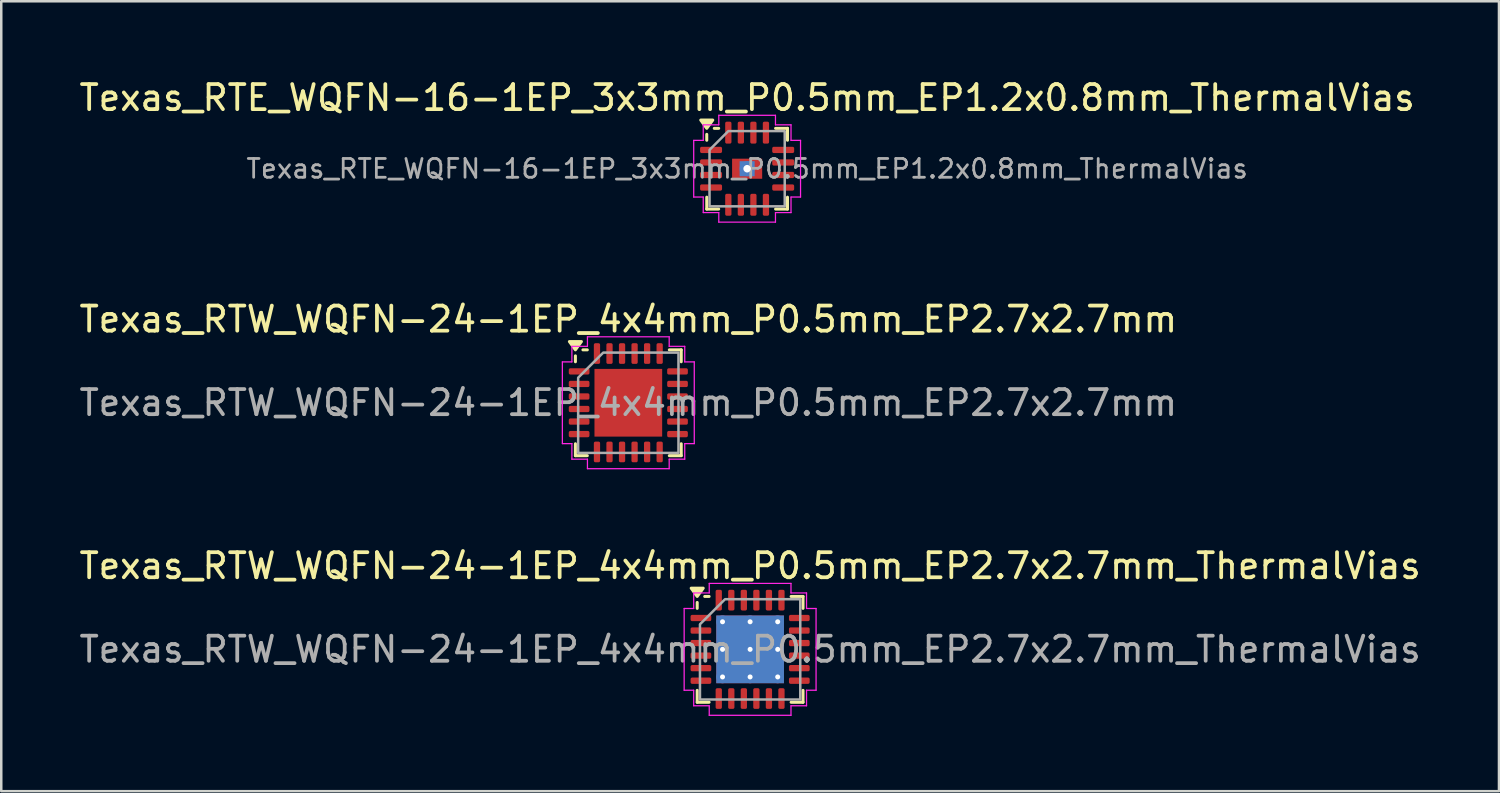
<source format=kicad_pcb>
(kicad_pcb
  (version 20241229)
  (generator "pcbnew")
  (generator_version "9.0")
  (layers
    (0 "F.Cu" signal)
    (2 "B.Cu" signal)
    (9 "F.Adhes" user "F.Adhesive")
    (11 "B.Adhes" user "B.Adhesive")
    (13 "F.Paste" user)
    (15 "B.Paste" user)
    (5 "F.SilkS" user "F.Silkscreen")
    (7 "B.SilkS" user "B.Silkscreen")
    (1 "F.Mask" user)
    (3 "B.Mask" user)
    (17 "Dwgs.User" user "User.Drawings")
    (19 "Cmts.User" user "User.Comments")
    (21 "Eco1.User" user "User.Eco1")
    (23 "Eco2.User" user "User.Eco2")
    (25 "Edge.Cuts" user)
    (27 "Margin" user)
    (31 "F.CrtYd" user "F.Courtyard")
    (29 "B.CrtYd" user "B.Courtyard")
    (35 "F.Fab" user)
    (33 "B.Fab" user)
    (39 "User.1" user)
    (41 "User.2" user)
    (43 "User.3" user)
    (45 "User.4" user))
  (footprint "Texas_RTW_WQFN-24-1EP_4x4mm_P0.5mm_EP2.7x2.7mm_ThermalVias"
    (layer "F.Cu")
    (at 26.863 22.845)
    (property "Reference" "Texas_RTW_WQFN-24-1EP_4x4mm_P0.5mm_EP2.7x2.7mm_ThermalVias" (at 0 -3.33 0) (layer "F.SilkS") (effects (font (size 1 1) (thickness 0.15))))
    (attr smd)
    (fp_line (start -2.11 -1.635) (end -2.11 -1.87) (stroke (width 0.12) (type solid)) (layer "F.SilkS"))
    (fp_line (start -2.11 2.11) (end -2.11 1.635) (stroke (width 0.12) (type solid)) (layer "F.SilkS"))
    (fp_line (start -1.635 -2.11) (end -1.81 -2.11) (stroke (width 0.12) (type solid)) (layer "F.SilkS"))
    (fp_line (start -1.635 2.11) (end -2.11 2.11) (stroke (width 0.12) (type solid)) (layer "F.SilkS"))
    (fp_line (start 1.635 -2.11) (end 2.11 -2.11) (stroke (width 0.12) (type solid)) (layer "F.SilkS"))
    (fp_line (start 1.635 2.11) (end 2.11 2.11) (stroke (width 0.12) (type solid)) (layer "F.SilkS"))
    (fp_line (start 2.11 -2.11) (end 2.11 -1.635) (stroke (width 0.12) (type solid)) (layer "F.SilkS"))
    (fp_line (start 2.11 2.11) (end 2.11 1.635) (stroke (width 0.12) (type solid)) (layer "F.SilkS"))
    (fp_poly (pts (xy -2.11 -2.11) (xy -2.35 -2.44) (xy -1.87 -2.44)) (stroke (width 0.12) (type solid)) (fill yes) (layer "F.SilkS"))
    (fp_line (start -2.63 -1.63) (end -2.25 -1.63) (stroke (width 0.05) (type solid)) (layer "F.CrtYd"))
    (fp_line (start -2.63 1.63) (end -2.63 -1.63) (stroke (width 0.05) (type solid)) (layer "F.CrtYd"))
    (fp_line (start -2.25 -2.25) (end -1.63 -2.25) (stroke (width 0.05) (type solid)) (layer "F.CrtYd"))
    (fp_line (start -2.25 -1.63) (end -2.25 -2.25) (stroke (width 0.05) (type solid)) (layer "F.CrtYd"))
    (fp_line (start -2.25 1.63) (end -2.63 1.63) (stroke (width 0.05) (type solid)) (layer "F.CrtYd"))
    (fp_line (start -2.25 2.25) (end -2.25 1.63) (stroke (width 0.05) (type solid)) (layer "F.CrtYd"))
    (fp_line (start -1.63 -2.63) (end 1.63 -2.63) (stroke (width 0.05) (type solid)) (layer "F.CrtYd"))
    (fp_line (start -1.63 -2.25) (end -1.63 -2.63) (stroke (width 0.05) (type solid)) (layer "F.CrtYd"))
    (fp_line (start -1.63 2.25) (end -2.25 2.25) (stroke (width 0.05) (type solid)) (layer "F.CrtYd"))
    (fp_line (start -1.63 2.63) (end -1.63 2.25) (stroke (width 0.05) (type solid)) (layer "F.CrtYd"))
    (fp_line (start 1.63 -2.63) (end 1.63 -2.25) (stroke (width 0.05) (type solid)) (layer "F.CrtYd"))
    (fp_line (start 1.63 -2.25) (end 2.25 -2.25) (stroke (width 0.05) (type solid)) (layer "F.CrtYd"))
    (fp_line (start 1.63 2.25) (end 1.63 2.63) (stroke (width 0.05) (type solid)) (layer "F.CrtYd"))
    (fp_line (start 1.63 2.63) (end -1.63 2.63) (stroke (width 0.05) (type solid)) (layer "F.CrtYd"))
    (fp_line (start 2.25 -2.25) (end 2.25 -1.63) (stroke (width 0.05) (type solid)) (layer "F.CrtYd"))
    (fp_line (start 2.25 -1.63) (end 2.63 -1.63) (stroke (width 0.05) (type solid)) (layer "F.CrtYd"))
    (fp_line (start 2.25 1.63) (end 2.25 2.25) (stroke (width 0.05) (type solid)) (layer "F.CrtYd"))
    (fp_line (start 2.25 2.25) (end 1.63 2.25) (stroke (width 0.05) (type solid)) (layer "F.CrtYd"))
    (fp_line (start 2.63 -1.63) (end 2.63 1.63) (stroke (width 0.05) (type solid)) (layer "F.CrtYd"))
    (fp_line (start 2.63 1.63) (end 2.25 1.63) (stroke (width 0.05) (type solid)) (layer "F.CrtYd"))
    (fp_poly (pts (xy -2 -1) (xy -2 2) (xy 2 2) (xy 2 -2) (xy -1 -2)) (stroke (width 0.1) (type solid)) (fill no) (layer "F.Fab"))
    (fp_text user "${REFERENCE}" (at 0 0 0) (layer "F.Fab") (effects (font (size 1 1) (thickness 0.15))))
    (pad "" smd roundrect (at -0.675 -0.675) (size 1.13 1.13) (layers "F.Paste") (roundrect_rratio 0.221))
    (pad "" smd roundrect (at -0.675 0.675) (size 1.13 1.13) (layers "F.Paste") (roundrect_rratio 0.221))
    (pad "" smd roundrect (at 0.675 -0.675) (size 1.13 1.13) (layers "F.Paste") (roundrect_rratio 0.221))
    (pad "" smd roundrect (at 0.675 0.675) (size 1.13 1.13) (layers "F.Paste") (roundrect_rratio 0.221))
    (pad "1" smd roundrect (at -1.962 -1.25) (size 0.825 0.25) (layers "F.Cu" "F.Mask" "F.Paste") (roundrect_rratio 0.25))
    (pad "2" smd roundrect (at -1.962 -0.75) (size 0.825 0.25) (layers "F.Cu" "F.Mask" "F.Paste") (roundrect_rratio 0.25))
    (pad "3" smd roundrect (at -1.962 -0.25) (size 0.825 0.25) (layers "F.Cu" "F.Mask" "F.Paste") (roundrect_rratio 0.25))
    (pad "4" smd roundrect (at -1.962 0.25) (size 0.825 0.25) (layers "F.Cu" "F.Mask" "F.Paste") (roundrect_rratio 0.25))
    (pad "5" smd roundrect (at -1.962 0.75) (size 0.825 0.25) (layers "F.Cu" "F.Mask" "F.Paste") (roundrect_rratio 0.25))
    (pad "6" smd roundrect (at -1.962 1.25) (size 0.825 0.25) (layers "F.Cu" "F.Mask" "F.Paste") (roundrect_rratio 0.25))
    (pad "7" smd roundrect (at -1.25 1.962) (size 0.25 0.825) (layers "F.Cu" "F.Mask" "F.Paste") (roundrect_rratio 0.25))
    (pad "8" smd roundrect (at -0.75 1.962) (size 0.25 0.825) (layers "F.Cu" "F.Mask" "F.Paste") (roundrect_rratio 0.25))
    (pad "9" smd roundrect (at -0.25 1.962) (size 0.25 0.825) (layers "F.Cu" "F.Mask" "F.Paste") (roundrect_rratio 0.25))
    (pad "10" smd roundrect (at 0.25 1.962) (size 0.25 0.825) (layers "F.Cu" "F.Mask" "F.Paste") (roundrect_rratio 0.25))
    (pad "11" smd roundrect (at 0.75 1.962) (size 0.25 0.825) (layers "F.Cu" "F.Mask" "F.Paste") (roundrect_rratio 0.25))
    (pad "12" smd roundrect (at 1.25 1.962) (size 0.25 0.825) (layers "F.Cu" "F.Mask" "F.Paste") (roundrect_rratio 0.25))
    (pad "13" smd roundrect (at 1.962 1.25) (size 0.825 0.25) (layers "F.Cu" "F.Mask" "F.Paste") (roundrect_rratio 0.25))
    (pad "14" smd roundrect (at 1.962 0.75) (size 0.825 0.25) (layers "F.Cu" "F.Mask" "F.Paste") (roundrect_rratio 0.25))
    (pad "15" smd roundrect (at 1.962 0.25) (size 0.825 0.25) (layers "F.Cu" "F.Mask" "F.Paste") (roundrect_rratio 0.25))
    (pad "16" smd roundrect (at 1.962 -0.25) (size 0.825 0.25) (layers "F.Cu" "F.Mask" "F.Paste") (roundrect_rratio 0.25))
    (pad "17" smd roundrect (at 1.962 -0.75) (size 0.825 0.25) (layers "F.Cu" "F.Mask" "F.Paste") (roundrect_rratio 0.25))
    (pad "18" smd roundrect (at 1.962 -1.25) (size 0.825 0.25) (layers "F.Cu" "F.Mask" "F.Paste") (roundrect_rratio 0.25))
    (pad "19" smd roundrect (at 1.25 -1.962) (size 0.25 0.825) (layers "F.Cu" "F.Mask" "F.Paste") (roundrect_rratio 0.25))
    (pad "20" smd roundrect (at 0.75 -1.962) (size 0.25 0.825) (layers "F.Cu" "F.Mask" "F.Paste") (roundrect_rratio 0.25))
    (pad "21" smd roundrect (at 0.25 -1.962) (size 0.25 0.825) (layers "F.Cu" "F.Mask" "F.Paste") (roundrect_rratio 0.25))
    (pad "22" smd roundrect (at -0.25 -1.962) (size 0.25 0.825) (layers "F.Cu" "F.Mask" "F.Paste") (roundrect_rratio 0.25))
    (pad "23" smd roundrect (at -0.75 -1.962) (size 0.25 0.825) (layers "F.Cu" "F.Mask" "F.Paste") (roundrect_rratio 0.25))
    (pad "24" smd roundrect (at -1.25 -1.962) (size 0.25 0.825) (layers "F.Cu" "F.Mask" "F.Paste") (roundrect_rratio 0.25))
    (pad "25" thru_hole circle (at -1.1 -1.1) (size 0.5 0.5) (drill 0.2) (property pad_prop_heatsink) (layers "*.Cu"))
    (pad "25" thru_hole circle (at -1.1 0) (size 0.5 0.5) (drill 0.2) (property pad_prop_heatsink) (layers "*.Cu"))
    (pad "25" thru_hole circle (at -1.1 1.1) (size 0.5 0.5) (drill 0.2) (property pad_prop_heatsink) (layers "*.Cu"))
    (pad "25" thru_hole circle (at 0 -1.1) (size 0.5 0.5) (drill 0.2) (property pad_prop_heatsink) (layers "*.Cu"))
    (pad "25" thru_hole circle (at 0 0) (size 0.5 0.5) (drill 0.2) (property pad_prop_heatsink) (layers "*.Cu"))
    (pad "25" smd rect (at 0 0) (size 2.7 2.7) (property pad_prop_heatsink) (layers "F.Cu" "F.Mask"))
    (pad "25" smd rect (at 0 0) (size 2.7 2.7) (property pad_prop_heatsink) (layers "B.Cu"))
    (pad "25" thru_hole circle (at 0 1.1) (size 0.5 0.5) (drill 0.2) (property pad_prop_heatsink) (layers "*.Cu"))
    (pad "25" thru_hole circle (at 1.1 -1.1) (size 0.5 0.5) (drill 0.2) (property pad_prop_heatsink) (layers "*.Cu"))
    (pad "25" thru_hole circle (at 1.1 0) (size 0.5 0.5) (drill 0.2) (property pad_prop_heatsink) (layers "*.Cu"))
    (pad "25" thru_hole circle (at 1.1 1.1) (size 0.5 0.5) (drill 0.2) (property pad_prop_heatsink) (layers "*.Cu")))
  (footprint "Texas_RTE_WQFN-16-1EP_3x3mm_P0.5mm_EP1.2x0.8mm_ThermalVias"
    (layer "F.Cu")
    (at 26.744 3.678)
    (property "Reference" "Texas_RTE_WQFN-16-1EP_3x3mm_P0.5mm_EP1.2x0.8mm_ThermalVias" (at 0 -2.83 0) (layer "F.SilkS") (effects (font (size 1 1) (thickness 0.15))))
    (attr smd)
    (fp_line (start -1.61 -1.135) (end -1.61 -1.37) (stroke (width 0.12) (type solid)) (layer "F.SilkS"))
    (fp_line (start -1.61 1.61) (end -1.61 1.135) (stroke (width 0.12) (type solid)) (layer "F.SilkS"))
    (fp_line (start -1.135 -1.61) (end -1.31 -1.61) (stroke (width 0.12) (type solid)) (layer "F.SilkS"))
    (fp_line (start -1.135 1.61) (end -1.61 1.61) (stroke (width 0.12) (type solid)) (layer "F.SilkS"))
    (fp_line (start 1.135 -1.61) (end 1.61 -1.61) (stroke (width 0.12) (type solid)) (layer "F.SilkS"))
    (fp_line (start 1.135 1.61) (end 1.61 1.61) (stroke (width 0.12) (type solid)) (layer "F.SilkS"))
    (fp_line (start 1.61 -1.61) (end 1.61 -1.135) (stroke (width 0.12) (type solid)) (layer "F.SilkS"))
    (fp_line (start 1.61 1.61) (end 1.61 1.135) (stroke (width 0.12) (type solid)) (layer "F.SilkS"))
    (fp_poly (pts (xy -1.61 -1.61) (xy -1.85 -1.94) (xy -1.37 -1.94)) (stroke (width 0.12) (type solid)) (fill yes) (layer "F.SilkS"))
    (fp_line (start -2.13 -1.13) (end -1.75 -1.13) (stroke (width 0.05) (type solid)) (layer "F.CrtYd"))
    (fp_line (start -2.13 1.13) (end -2.13 -1.13) (stroke (width 0.05) (type solid)) (layer "F.CrtYd"))
    (fp_line (start -1.75 -1.75) (end -1.13 -1.75) (stroke (width 0.05) (type solid)) (layer "F.CrtYd"))
    (fp_line (start -1.75 -1.13) (end -1.75 -1.75) (stroke (width 0.05) (type solid)) (layer "F.CrtYd"))
    (fp_line (start -1.75 1.13) (end -2.13 1.13) (stroke (width 0.05) (type solid)) (layer "F.CrtYd"))
    (fp_line (start -1.75 1.75) (end -1.75 1.13) (stroke (width 0.05) (type solid)) (layer "F.CrtYd"))
    (fp_line (start -1.13 -2.13) (end 1.13 -2.13) (stroke (width 0.05) (type solid)) (layer "F.CrtYd"))
    (fp_line (start -1.13 -1.75) (end -1.13 -2.13) (stroke (width 0.05) (type solid)) (layer "F.CrtYd"))
    (fp_line (start -1.13 1.75) (end -1.75 1.75) (stroke (width 0.05) (type solid)) (layer "F.CrtYd"))
    (fp_line (start -1.13 2.13) (end -1.13 1.75) (stroke (width 0.05) (type solid)) (layer "F.CrtYd"))
    (fp_line (start 1.13 -2.13) (end 1.13 -1.75) (stroke (width 0.05) (type solid)) (layer "F.CrtYd"))
    (fp_line (start 1.13 -1.75) (end 1.75 -1.75) (stroke (width 0.05) (type solid)) (layer "F.CrtYd"))
    (fp_line (start 1.13 1.75) (end 1.13 2.13) (stroke (width 0.05) (type solid)) (layer "F.CrtYd"))
    (fp_line (start 1.13 2.13) (end -1.13 2.13) (stroke (width 0.05) (type solid)) (layer "F.CrtYd"))
    (fp_line (start 1.75 -1.75) (end 1.75 -1.13) (stroke (width 0.05) (type solid)) (layer "F.CrtYd"))
    (fp_line (start 1.75 -1.13) (end 2.13 -1.13) (stroke (width 0.05) (type solid)) (layer "F.CrtYd"))
    (fp_line (start 1.75 1.13) (end 1.75 1.75) (stroke (width 0.05) (type solid)) (layer "F.CrtYd"))
    (fp_line (start 1.75 1.75) (end 1.13 1.75) (stroke (width 0.05) (type solid)) (layer "F.CrtYd"))
    (fp_line (start 2.13 -1.13) (end 2.13 1.13) (stroke (width 0.05) (type solid)) (layer "F.CrtYd"))
    (fp_line (start 2.13 1.13) (end 1.75 1.13) (stroke (width 0.05) (type solid)) (layer "F.CrtYd"))
    (fp_poly (pts (xy -1.5 -0.75) (xy -1.5 1.5) (xy 1.5 1.5) (xy 1.5 -1.5) (xy -0.75 -1.5)) (stroke (width 0.1) (type solid)) (fill no) (layer "F.Fab"))
    (fp_text user "${REFERENCE}" (at 0 0 0) (layer "F.Fab") (effects (font (size 0.75 0.75) (thickness 0.11))))
    (pad "" smd roundrect (at -0.3 -0.2) (size 0.5 0.33) (layers "F.Paste") (roundrect_rratio 0.25))
    (pad "" smd roundrect (at -0.3 0.2) (size 0.5 0.33) (layers "F.Paste") (roundrect_rratio 0.25))
    (pad "" smd roundrect (at 0.3 -0.2) (size 0.5 0.33) (layers "F.Paste") (roundrect_rratio 0.25))
    (pad "" smd roundrect (at 0.3 0.2) (size 0.5 0.33) (layers "F.Paste") (roundrect_rratio 0.25))
    (pad "1" smd roundrect (at -1.438 -0.75) (size 0.875 0.25) (layers "F.Cu" "F.Mask" "F.Paste") (roundrect_rratio 0.25))
    (pad "2" smd roundrect (at -1.438 -0.25) (size 0.875 0.25) (layers "F.Cu" "F.Mask" "F.Paste") (roundrect_rratio 0.25))
    (pad "3" smd roundrect (at -1.438 0.25) (size 0.875 0.25) (layers "F.Cu" "F.Mask" "F.Paste") (roundrect_rratio 0.25))
    (pad "4" smd roundrect (at -1.438 0.75) (size 0.875 0.25) (layers "F.Cu" "F.Mask" "F.Paste") (roundrect_rratio 0.25))
    (pad "5" smd roundrect (at -0.75 1.438) (size 0.25 0.875) (layers "F.Cu" "F.Mask" "F.Paste") (roundrect_rratio 0.25))
    (pad "6" smd roundrect (at -0.25 1.438) (size 0.25 0.875) (layers "F.Cu" "F.Mask" "F.Paste") (roundrect_rratio 0.25))
    (pad "7" smd roundrect (at 0.25 1.438) (size 0.25 0.875) (layers "F.Cu" "F.Mask" "F.Paste") (roundrect_rratio 0.25))
    (pad "8" smd roundrect (at 0.75 1.438) (size 0.25 0.875) (layers "F.Cu" "F.Mask" "F.Paste") (roundrect_rratio 0.25))
    (pad "9" smd roundrect (at 1.438 0.75) (size 0.875 0.25) (layers "F.Cu" "F.Mask" "F.Paste") (roundrect_rratio 0.25))
    (pad "10" smd roundrect (at 1.438 0.25) (size 0.875 0.25) (layers "F.Cu" "F.Mask" "F.Paste") (roundrect_rratio 0.25))
    (pad "11" smd roundrect (at 1.438 -0.25) (size 0.875 0.25) (layers "F.Cu" "F.Mask" "F.Paste") (roundrect_rratio 0.25))
    (pad "12" smd roundrect (at 1.438 -0.75) (size 0.875 0.25) (layers "F.Cu" "F.Mask" "F.Paste") (roundrect_rratio 0.25))
    (pad "13" smd roundrect (at 0.75 -1.438) (size 0.25 0.875) (layers "F.Cu" "F.Mask" "F.Paste") (roundrect_rratio 0.25))
    (pad "14" smd roundrect (at 0.25 -1.438) (size 0.25 0.875) (layers "F.Cu" "F.Mask" "F.Paste") (roundrect_rratio 0.25))
    (pad "15" smd roundrect (at -0.25 -1.438) (size 0.25 0.875) (layers "F.Cu" "F.Mask" "F.Paste") (roundrect_rratio 0.25))
    (pad "16" smd roundrect (at -0.75 -1.438) (size 0.25 0.875) (layers "F.Cu" "F.Mask" "F.Paste") (roundrect_rratio 0.25))
    (pad "17" thru_hole circle (at 0 0) (size 0.6 0.6) (drill 0.3) (property pad_prop_heatsink) (layers "*.Cu"))
    (pad "17" smd rect (at 0 0) (size 0.6 0.6) (property pad_prop_heatsink) (layers "B.Cu"))
    (pad "17" smd rect (at 0 0) (size 1.2 0.8) (property pad_prop_heatsink) (layers "F.Cu" "F.Mask")))
  (footprint "Texas_RTW_WQFN-24-1EP_4x4mm_P0.5mm_EP2.7x2.7mm"
    (layer "F.Cu")
    (at 22.006 13.011)
    (property "Reference" "Texas_RTW_WQFN-24-1EP_4x4mm_P0.5mm_EP2.7x2.7mm" (at 0 -3.33 0) (layer "F.SilkS") (effects (font (size 1 1) (thickness 0.15))))
    (attr smd)
    (fp_line (start -2.11 -1.635) (end -2.11 -1.87) (stroke (width 0.12) (type solid)) (layer "F.SilkS"))
    (fp_line (start -2.11 2.11) (end -2.11 1.635) (stroke (width 0.12) (type solid)) (layer "F.SilkS"))
    (fp_line (start -1.635 -2.11) (end -1.81 -2.11) (stroke (width 0.12) (type solid)) (layer "F.SilkS"))
    (fp_line (start -1.635 2.11) (end -2.11 2.11) (stroke (width 0.12) (type solid)) (layer "F.SilkS"))
    (fp_line (start 1.635 -2.11) (end 2.11 -2.11) (stroke (width 0.12) (type solid)) (layer "F.SilkS"))
    (fp_line (start 1.635 2.11) (end 2.11 2.11) (stroke (width 0.12) (type solid)) (layer "F.SilkS"))
    (fp_line (start 2.11 -2.11) (end 2.11 -1.635) (stroke (width 0.12) (type solid)) (layer "F.SilkS"))
    (fp_line (start 2.11 2.11) (end 2.11 1.635) (stroke (width 0.12) (type solid)) (layer "F.SilkS"))
    (fp_poly (pts (xy -2.11 -2.11) (xy -2.35 -2.44) (xy -1.87 -2.44)) (stroke (width 0.12) (type solid)) (fill yes) (layer "F.SilkS"))
    (fp_line (start -2.63 -1.63) (end -2.25 -1.63) (stroke (width 0.05) (type solid)) (layer "F.CrtYd"))
    (fp_line (start -2.63 1.63) (end -2.63 -1.63) (stroke (width 0.05) (type solid)) (layer "F.CrtYd"))
    (fp_line (start -2.25 -2.25) (end -1.63 -2.25) (stroke (width 0.05) (type solid)) (layer "F.CrtYd"))
    (fp_line (start -2.25 -1.63) (end -2.25 -2.25) (stroke (width 0.05) (type solid)) (layer "F.CrtYd"))
    (fp_line (start -2.25 1.63) (end -2.63 1.63) (stroke (width 0.05) (type solid)) (layer "F.CrtYd"))
    (fp_line (start -2.25 2.25) (end -2.25 1.63) (stroke (width 0.05) (type solid)) (layer "F.CrtYd"))
    (fp_line (start -1.63 -2.63) (end 1.63 -2.63) (stroke (width 0.05) (type solid)) (layer "F.CrtYd"))
    (fp_line (start -1.63 -2.25) (end -1.63 -2.63) (stroke (width 0.05) (type solid)) (layer "F.CrtYd"))
    (fp_line (start -1.63 2.25) (end -2.25 2.25) (stroke (width 0.05) (type solid)) (layer "F.CrtYd"))
    (fp_line (start -1.63 2.63) (end -1.63 2.25) (stroke (width 0.05) (type solid)) (layer "F.CrtYd"))
    (fp_line (start 1.63 -2.63) (end 1.63 -2.25) (stroke (width 0.05) (type solid)) (layer "F.CrtYd"))
    (fp_line (start 1.63 -2.25) (end 2.25 -2.25) (stroke (width 0.05) (type solid)) (layer "F.CrtYd"))
    (fp_line (start 1.63 2.25) (end 1.63 2.63) (stroke (width 0.05) (type solid)) (layer "F.CrtYd"))
    (fp_line (start 1.63 2.63) (end -1.63 2.63) (stroke (width 0.05) (type solid)) (layer "F.CrtYd"))
    (fp_line (start 2.25 -2.25) (end 2.25 -1.63) (stroke (width 0.05) (type solid)) (layer "F.CrtYd"))
    (fp_line (start 2.25 -1.63) (end 2.63 -1.63) (stroke (width 0.05) (type solid)) (layer "F.CrtYd"))
    (fp_line (start 2.25 1.63) (end 2.25 2.25) (stroke (width 0.05) (type solid)) (layer "F.CrtYd"))
    (fp_line (start 2.25 2.25) (end 1.63 2.25) (stroke (width 0.05) (type solid)) (layer "F.CrtYd"))
    (fp_line (start 2.63 -1.63) (end 2.63 1.63) (stroke (width 0.05) (type solid)) (layer "F.CrtYd"))
    (fp_line (start 2.63 1.63) (end 2.25 1.63) (stroke (width 0.05) (type solid)) (layer "F.CrtYd"))
    (fp_poly (pts (xy -2 -1) (xy -2 2) (xy 2 2) (xy 2 -2) (xy -1 -2)) (stroke (width 0.1) (type solid)) (fill no) (layer "F.Fab"))
    (fp_text user "${REFERENCE}" (at 0 0 0) (layer "F.Fab") (effects (font (size 1 1) (thickness 0.15))))
    (pad "" smd roundrect (at -0.675 -0.675) (size 1.09 1.09) (layers "F.Paste") (roundrect_rratio 0.229))
    (pad "" smd roundrect (at -0.675 0.675) (size 1.09 1.09) (layers "F.Paste") (roundrect_rratio 0.229))
    (pad "" smd roundrect (at 0.675 -0.675) (size 1.09 1.09) (layers "F.Paste") (roundrect_rratio 0.229))
    (pad "" smd roundrect (at 0.675 0.675) (size 1.09 1.09) (layers "F.Paste") (roundrect_rratio 0.229))
    (pad "1" smd roundrect (at -1.962 -1.25) (size 0.825 0.25) (layers "F.Cu" "F.Mask" "F.Paste") (roundrect_rratio 0.25))
    (pad "2" smd roundrect (at -1.962 -0.75) (size 0.825 0.25) (layers "F.Cu" "F.Mask" "F.Paste") (roundrect_rratio 0.25))
    (pad "3" smd roundrect (at -1.962 -0.25) (size 0.825 0.25) (layers "F.Cu" "F.Mask" "F.Paste") (roundrect_rratio 0.25))
    (pad "4" smd roundrect (at -1.962 0.25) (size 0.825 0.25) (layers "F.Cu" "F.Mask" "F.Paste") (roundrect_rratio 0.25))
    (pad "5" smd roundrect (at -1.962 0.75) (size 0.825 0.25) (layers "F.Cu" "F.Mask" "F.Paste") (roundrect_rratio 0.25))
    (pad "6" smd roundrect (at -1.962 1.25) (size 0.825 0.25) (layers "F.Cu" "F.Mask" "F.Paste") (roundrect_rratio 0.25))
    (pad "7" smd roundrect (at -1.25 1.962) (size 0.25 0.825) (layers "F.Cu" "F.Mask" "F.Paste") (roundrect_rratio 0.25))
    (pad "8" smd roundrect (at -0.75 1.962) (size 0.25 0.825) (layers "F.Cu" "F.Mask" "F.Paste") (roundrect_rratio 0.25))
    (pad "9" smd roundrect (at -0.25 1.962) (size 0.25 0.825) (layers "F.Cu" "F.Mask" "F.Paste") (roundrect_rratio 0.25))
    (pad "10" smd roundrect (at 0.25 1.962) (size 0.25 0.825) (layers "F.Cu" "F.Mask" "F.Paste") (roundrect_rratio 0.25))
    (pad "11" smd roundrect (at 0.75 1.962) (size 0.25 0.825) (layers "F.Cu" "F.Mask" "F.Paste") (roundrect_rratio 0.25))
    (pad "12" smd roundrect (at 1.25 1.962) (size 0.25 0.825) (layers "F.Cu" "F.Mask" "F.Paste") (roundrect_rratio 0.25))
    (pad "13" smd roundrect (at 1.962 1.25) (size 0.825 0.25) (layers "F.Cu" "F.Mask" "F.Paste") (roundrect_rratio 0.25))
    (pad "14" smd roundrect (at 1.962 0.75) (size 0.825 0.25) (layers "F.Cu" "F.Mask" "F.Paste") (roundrect_rratio 0.25))
    (pad "15" smd roundrect (at 1.962 0.25) (size 0.825 0.25) (layers "F.Cu" "F.Mask" "F.Paste") (roundrect_rratio 0.25))
    (pad "16" smd roundrect (at 1.962 -0.25) (size 0.825 0.25) (layers "F.Cu" "F.Mask" "F.Paste") (roundrect_rratio 0.25))
    (pad "17" smd roundrect (at 1.962 -0.75) (size 0.825 0.25) (layers "F.Cu" "F.Mask" "F.Paste") (roundrect_rratio 0.25))
    (pad "18" smd roundrect (at 1.962 -1.25) (size 0.825 0.25) (layers "F.Cu" "F.Mask" "F.Paste") (roundrect_rratio 0.25))
    (pad "19" smd roundrect (at 1.25 -1.962) (size 0.25 0.825) (layers "F.Cu" "F.Mask" "F.Paste") (roundrect_rratio 0.25))
    (pad "20" smd roundrect (at 0.75 -1.962) (size 0.25 0.825) (layers "F.Cu" "F.Mask" "F.Paste") (roundrect_rratio 0.25))
    (pad "21" smd roundrect (at 0.25 -1.962) (size 0.25 0.825) (layers "F.Cu" "F.Mask" "F.Paste") (roundrect_rratio 0.25))
    (pad "22" smd roundrect (at -0.25 -1.962) (size 0.25 0.825) (layers "F.Cu" "F.Mask" "F.Paste") (roundrect_rratio 0.25))
    (pad "23" smd roundrect (at -0.75 -1.962) (size 0.25 0.825) (layers "F.Cu" "F.Mask" "F.Paste") (roundrect_rratio 0.25))
    (pad "24" smd roundrect (at -1.25 -1.962) (size 0.25 0.825) (layers "F.Cu" "F.Mask" "F.Paste") (roundrect_rratio 0.25))
    (pad "25" smd rect (at 0 0) (size 2.7 2.7) (property pad_prop_heatsink) (layers "F.Cu" "F.Mask")))
  (gr_rect
    (start -3 -3)
    (end 56.726 28.5)
    (stroke (width 0.1) (type default))
    (fill no)
    (layer "Edge.Cuts")))
</source>
